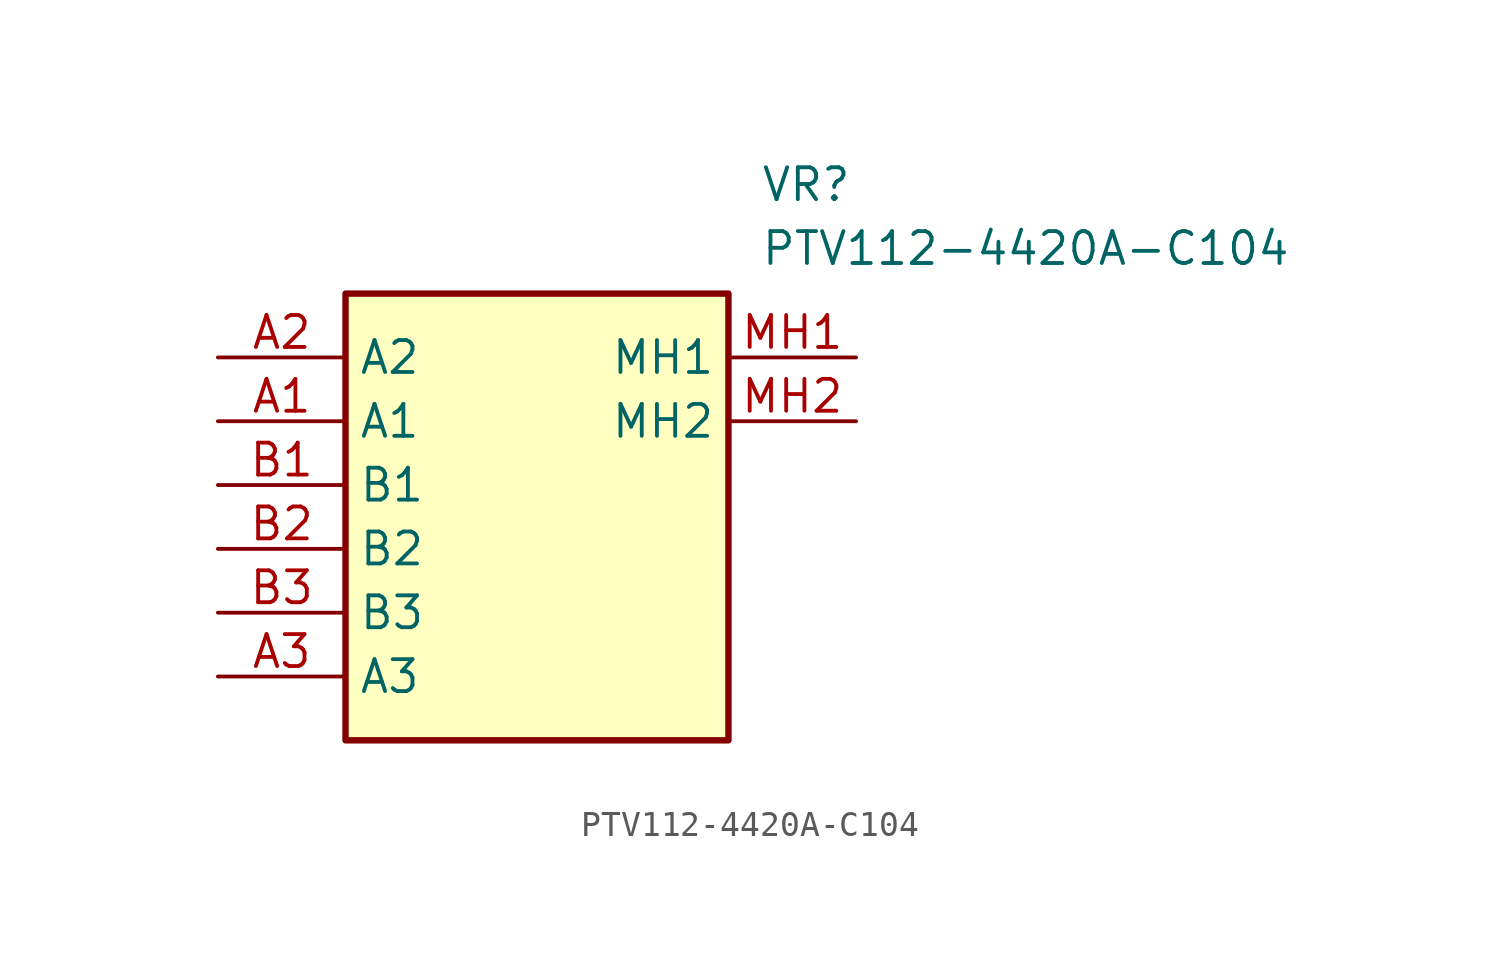
<source format=kicad_sym>
(kicad_symbol_lib
  (version 20211014)
  (generator SamacSys_ECAD_Model)
  (symbol "PTV112-4420A-C104"
    (property "Reference" "VR"
      (at 21.59 7.62 0)
      (effects (font (size 1.27 1.27)) (justify left top)))
    (property "Value" "PTV112-4420A-C104"
      (at 21.59 5.08 0)
      (effects (font (size 1.27 1.27)) (justify left top)))
    (rectangle
      (start 5.08 2.54)
      (end 20.32 -15.24)
      (stroke (width 0.254) (type default))
      (fill (type background)))
    (pin passive line
      (at 0 -2.54 0)
      (length 5.08)
      (name "A1" (effects (font (size 1.27 1.27))))
      (number "A1" (effects (font (size 1.27 1.27)))))
    (pin passive line
      (at 0 0 0)
      (length 5.08)
      (name "A2" (effects (font (size 1.27 1.27))))
      (number "A2" (effects (font (size 1.27 1.27)))))
    (pin passive line
      (at 0 -12.7 0)
      (length 5.08)
      (name "A3" (effects (font (size 1.27 1.27))))
      (number "A3" (effects (font (size 1.27 1.27)))))
    (pin passive line
      (at 0 -5.08 0)
      (length 5.08)
      (name "B1" (effects (font (size 1.27 1.27))))
      (number "B1" (effects (font (size 1.27 1.27)))))
    (pin passive line
      (at 0 -7.62 0)
      (length 5.08)
      (name "B2" (effects (font (size 1.27 1.27))))
      (number "B2" (effects (font (size 1.27 1.27)))))
    (pin passive line
      (at 0 -10.16 0)
      (length 5.08)
      (name "B3" (effects (font (size 1.27 1.27))))
      (number "B3" (effects (font (size 1.27 1.27)))))
    (pin passive line
      (at 25.4 0 180)
      (length 5.08)
      (name "MH1" (effects (font (size 1.27 1.27))))
      (number "MH1" (effects (font (size 1.27 1.27)))))
    (pin passive line
      (at 25.4 -2.54 180)
      (length 5.08)
      (name "MH2" (effects (font (size 1.27 1.27))))
      (number "MH2" (effects (font (size 1.27 1.27)))))))
</source>
